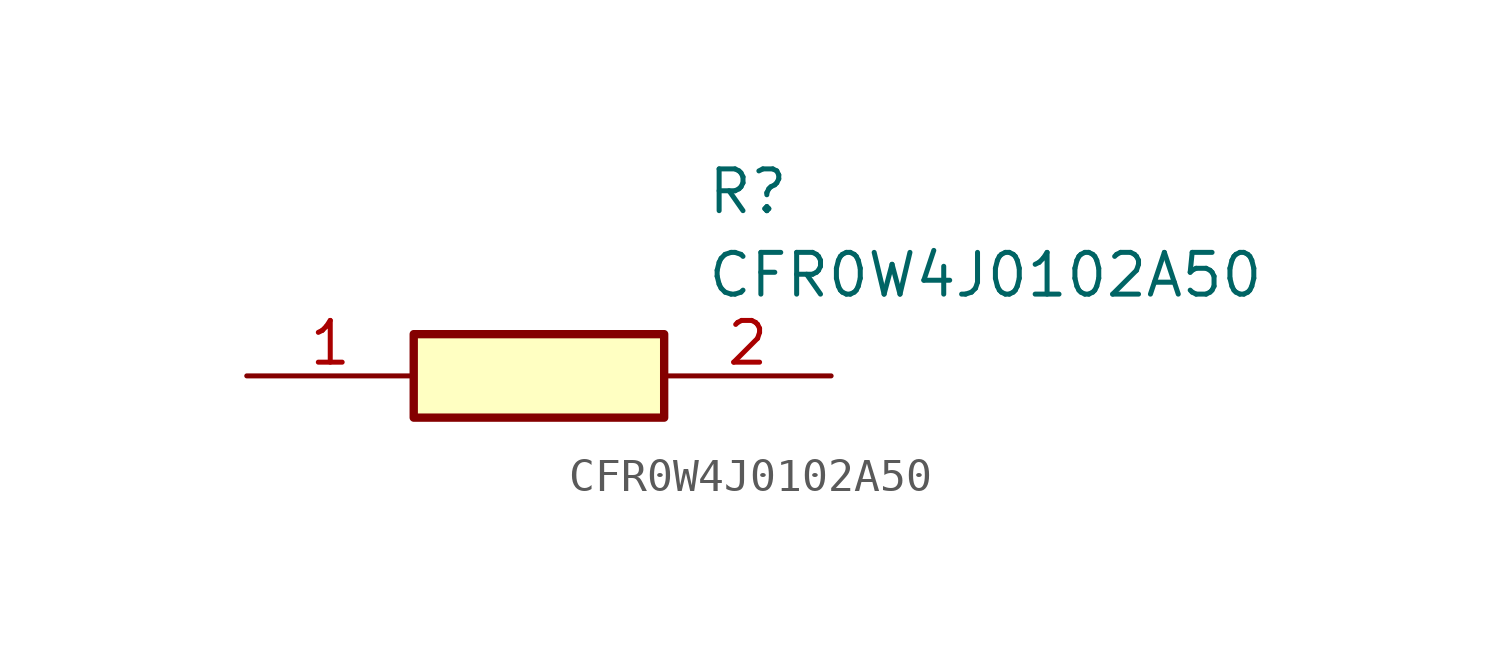
<source format=kicad_sym>
(kicad_symbol_lib
  (version 20211014)
  (generator SamacSys_ECAD_Model)
  (symbol "CFR0W4J0102A50"
    (pin_names hide)
    (property "Reference" "R"
      (at 13.97 6.35 0)
      (effects (font (size 1.27 1.27)) (justify left top)))
    (property "Value" "CFR0W4J0102A50"
      (at 13.97 3.81 0)
      (effects (font (size 1.27 1.27)) (justify left top)))
    (rectangle
      (start 5.08 1.27)
      (end 12.7 -1.27)
      (stroke (width 0.254) (type default))
      (fill (type background)))
    (pin passive line
      (at 0 0 0)
      (length 5.08)
      (name "1" (effects (font (size 1.27 1.27))))
      (number "1" (effects (font (size 1.27 1.27)))))
    (pin passive line
      (at 17.78 0 180)
      (length 5.08)
      (name "2" (effects (font (size 1.27 1.27))))
      (number "2" (effects (font (size 1.27 1.27)))))))
</source>
